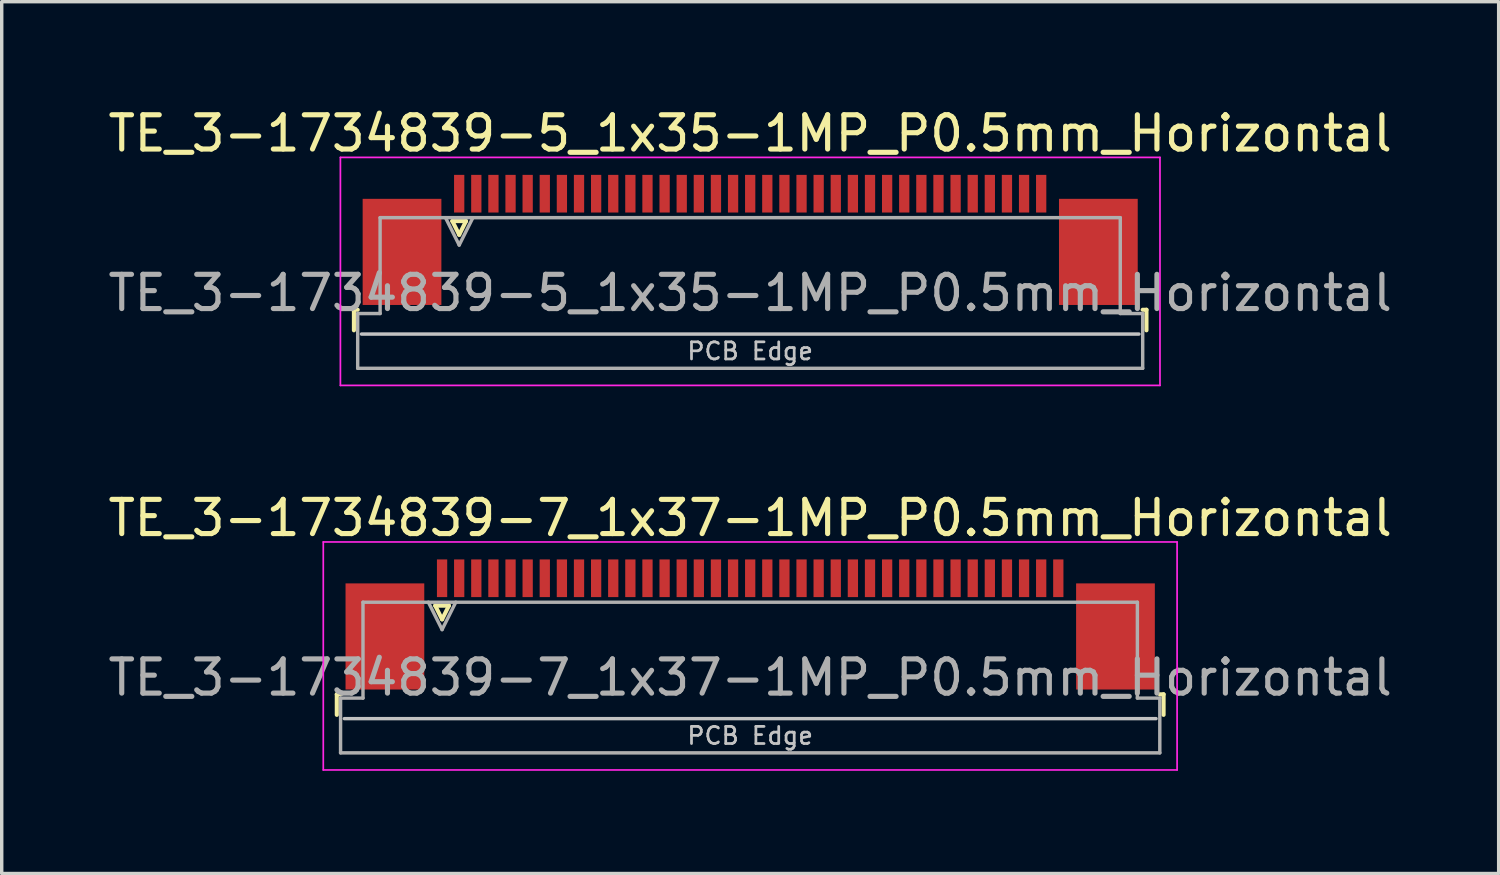
<source format=kicad_pcb>
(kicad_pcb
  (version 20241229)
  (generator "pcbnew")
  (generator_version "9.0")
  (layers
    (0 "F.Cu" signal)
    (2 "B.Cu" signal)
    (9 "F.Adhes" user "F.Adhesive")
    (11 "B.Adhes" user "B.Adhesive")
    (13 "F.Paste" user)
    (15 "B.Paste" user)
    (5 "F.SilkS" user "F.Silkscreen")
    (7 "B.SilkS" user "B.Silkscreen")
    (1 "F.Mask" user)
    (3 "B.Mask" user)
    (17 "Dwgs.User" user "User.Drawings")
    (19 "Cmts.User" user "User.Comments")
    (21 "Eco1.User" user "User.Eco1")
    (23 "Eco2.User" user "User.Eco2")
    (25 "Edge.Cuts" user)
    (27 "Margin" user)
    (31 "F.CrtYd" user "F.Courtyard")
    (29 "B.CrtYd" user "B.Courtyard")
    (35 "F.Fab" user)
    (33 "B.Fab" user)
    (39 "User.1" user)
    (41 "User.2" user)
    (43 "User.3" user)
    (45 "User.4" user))
  (footprint "TE_3-1734839-7_1x37-1MP_P0.5mm_Horizontal"
    (layer "F.Cu")
    (at 18.863 15.191)
    (property "Reference" "TE_3-1734839-7_1x37-1MP_P0.5mm_Horizontal" (at 0 -3.11 0) (layer "F.SilkS") (effects (font (size 1 1) (thickness 0.15))))
    (attr smd)
    (fp_line (start -12.075 2.04) (end -12.075 2.64) (stroke (width 0.12) (type solid)) (layer "F.SilkS"))
    (fp_line (start -11.965 2.04) (end -12.075 2.04) (stroke (width 0.12) (type solid)) (layer "F.SilkS"))
    (fp_line (start -9.2 -0.55) (end -9 -0.15) (stroke (width 0.12) (type solid)) (layer "F.SilkS"))
    (fp_line (start -9 -0.15) (end -8.8 -0.55) (stroke (width 0.12) (type solid)) (layer "F.SilkS"))
    (fp_line (start -8.8 -0.55) (end -9.2 -0.55) (stroke (width 0.12) (type solid)) (layer "F.SilkS"))
    (fp_line (start 11.965 2.04) (end 12.075 2.04) (stroke (width 0.12) (type solid)) (layer "F.SilkS"))
    (fp_line (start 12.075 2.04) (end 12.075 2.64) (stroke (width 0.12) (type solid)) (layer "F.SilkS"))
    (fp_line (start 11.855 2.75) (end -11.855 2.75) (stroke (width 0.1) (type solid)) (layer "Dwgs.User"))
    (fp_line (start -12.47 -2.41) (end -12.47 4.25) (stroke (width 0.05) (type solid)) (layer "F.CrtYd"))
    (fp_line (start -12.47 4.25) (end 12.47 4.25) (stroke (width 0.05) (type solid)) (layer "F.CrtYd"))
    (fp_line (start 12.47 -2.41) (end -12.47 -2.41) (stroke (width 0.05) (type solid)) (layer "F.CrtYd"))
    (fp_line (start 12.47 4.25) (end 12.47 -2.41) (stroke (width 0.05) (type solid)) (layer "F.CrtYd"))
    (fp_line (start -11.965 2.15) (end -11.31 2.15) (stroke (width 0.1) (type solid)) (layer "F.Fab"))
    (fp_line (start -11.965 3.75) (end -11.965 2.15) (stroke (width 0.1) (type solid)) (layer "F.Fab"))
    (fp_line (start -11.31 -0.65) (end 11.31 -0.65) (stroke (width 0.1) (type solid)) (layer "F.Fab"))
    (fp_line (start -11.31 2.15) (end -11.31 -0.65) (stroke (width 0.1) (type solid)) (layer "F.Fab"))
    (fp_line (start -9.4 -0.65) (end -9 0.15) (stroke (width 0.1) (type solid)) (layer "F.Fab"))
    (fp_line (start -9 0.15) (end -8.6 -0.65) (stroke (width 0.1) (type solid)) (layer "F.Fab"))
    (fp_line (start 11.31 -0.65) (end 11.31 2.15) (stroke (width 0.1) (type solid)) (layer "F.Fab"))
    (fp_line (start 11.31 2.15) (end 11.965 2.15) (stroke (width 0.1) (type solid)) (layer "F.Fab"))
    (fp_line (start 11.965 2.15) (end 11.965 3.75) (stroke (width 0.1) (type solid)) (layer "F.Fab"))
    (fp_line (start 11.965 3.75) (end -11.965 3.75) (stroke (width 0.1) (type solid)) (layer "F.Fab"))
    (fp_text user "PCB Edge" (at 0 3.25 0) (layer "Dwgs.User") (effects (font (size 0.5 0.5) (thickness 0.08))))
    (fp_text user "${REFERENCE}" (at 0 1.55 0) (layer "F.Fab") (effects (font (size 1 1) (thickness 0.15))))
    (pad "1" smd rect (at -9 -1.35) (size 0.3 1.1) (layers "F.Cu" "F.Mask" "F.Paste"))
    (pad "2" smd rect (at -8.5 -1.35) (size 0.3 1.1) (layers "F.Cu" "F.Mask" "F.Paste"))
    (pad "3" smd rect (at -8 -1.35) (size 0.3 1.1) (layers "F.Cu" "F.Mask" "F.Paste"))
    (pad "4" smd rect (at -7.5 -1.35) (size 0.3 1.1) (layers "F.Cu" "F.Mask" "F.Paste"))
    (pad "5" smd rect (at -7 -1.35) (size 0.3 1.1) (layers "F.Cu" "F.Mask" "F.Paste"))
    (pad "6" smd rect (at -6.5 -1.35) (size 0.3 1.1) (layers "F.Cu" "F.Mask" "F.Paste"))
    (pad "7" smd rect (at -6 -1.35) (size 0.3 1.1) (layers "F.Cu" "F.Mask" "F.Paste"))
    (pad "8" smd rect (at -5.5 -1.35) (size 0.3 1.1) (layers "F.Cu" "F.Mask" "F.Paste"))
    (pad "9" smd rect (at -5 -1.35) (size 0.3 1.1) (layers "F.Cu" "F.Mask" "F.Paste"))
    (pad "10" smd rect (at -4.5 -1.35) (size 0.3 1.1) (layers "F.Cu" "F.Mask" "F.Paste"))
    (pad "11" smd rect (at -4 -1.35) (size 0.3 1.1) (layers "F.Cu" "F.Mask" "F.Paste"))
    (pad "12" smd rect (at -3.5 -1.35) (size 0.3 1.1) (layers "F.Cu" "F.Mask" "F.Paste"))
    (pad "13" smd rect (at -3 -1.35) (size 0.3 1.1) (layers "F.Cu" "F.Mask" "F.Paste"))
    (pad "14" smd rect (at -2.5 -1.35) (size 0.3 1.1) (layers "F.Cu" "F.Mask" "F.Paste"))
    (pad "15" smd rect (at -2 -1.35) (size 0.3 1.1) (layers "F.Cu" "F.Mask" "F.Paste"))
    (pad "16" smd rect (at -1.5 -1.35) (size 0.3 1.1) (layers "F.Cu" "F.Mask" "F.Paste"))
    (pad "17" smd rect (at -1 -1.35) (size 0.3 1.1) (layers "F.Cu" "F.Mask" "F.Paste"))
    (pad "18" smd rect (at -0.5 -1.35) (size 0.3 1.1) (layers "F.Cu" "F.Mask" "F.Paste"))
    (pad "19" smd rect (at 0 -1.35) (size 0.3 1.1) (layers "F.Cu" "F.Mask" "F.Paste"))
    (pad "20" smd rect (at 0.5 -1.35) (size 0.3 1.1) (layers "F.Cu" "F.Mask" "F.Paste"))
    (pad "21" smd rect (at 1 -1.35) (size 0.3 1.1) (layers "F.Cu" "F.Mask" "F.Paste"))
    (pad "22" smd rect (at 1.5 -1.35) (size 0.3 1.1) (layers "F.Cu" "F.Mask" "F.Paste"))
    (pad "23" smd rect (at 2 -1.35) (size 0.3 1.1) (layers "F.Cu" "F.Mask" "F.Paste"))
    (pad "24" smd rect (at 2.5 -1.35) (size 0.3 1.1) (layers "F.Cu" "F.Mask" "F.Paste"))
    (pad "25" smd rect (at 3 -1.35) (size 0.3 1.1) (layers "F.Cu" "F.Mask" "F.Paste"))
    (pad "26" smd rect (at 3.5 -1.35) (size 0.3 1.1) (layers "F.Cu" "F.Mask" "F.Paste"))
    (pad "27" smd rect (at 4 -1.35) (size 0.3 1.1) (layers "F.Cu" "F.Mask" "F.Paste"))
    (pad "28" smd rect (at 4.5 -1.35) (size 0.3 1.1) (layers "F.Cu" "F.Mask" "F.Paste"))
    (pad "29" smd rect (at 5 -1.35) (size 0.3 1.1) (layers "F.Cu" "F.Mask" "F.Paste"))
    (pad "30" smd rect (at 5.5 -1.35) (size 0.3 1.1) (layers "F.Cu" "F.Mask" "F.Paste"))
    (pad "31" smd rect (at 6 -1.35) (size 0.3 1.1) (layers "F.Cu" "F.Mask" "F.Paste"))
    (pad "32" smd rect (at 6.5 -1.35) (size 0.3 1.1) (layers "F.Cu" "F.Mask" "F.Paste"))
    (pad "33" smd rect (at 7 -1.35) (size 0.3 1.1) (layers "F.Cu" "F.Mask" "F.Paste"))
    (pad "34" smd rect (at 7.5 -1.35) (size 0.3 1.1) (layers "F.Cu" "F.Mask" "F.Paste"))
    (pad "35" smd rect (at 8 -1.35) (size 0.3 1.1) (layers "F.Cu" "F.Mask" "F.Paste"))
    (pad "36" smd rect (at 8.5 -1.35) (size 0.3 1.1) (layers "F.Cu" "F.Mask" "F.Paste"))
    (pad "37" smd rect (at 9 -1.35) (size 0.3 1.1) (layers "F.Cu" "F.Mask" "F.Paste"))
    (pad "MP" smd rect (at -10.67 0.35) (size 2.3 3.1) (layers "F.Cu" "F.Mask" "F.Paste"))
    (pad "MP" smd rect (at 10.67 0.35) (size 2.3 3.1) (layers "F.Cu" "F.Mask" "F.Paste")))
  (footprint "TE_3-1734839-5_1x35-1MP_P0.5mm_Horizontal"
    (layer "F.Cu")
    (at 18.863 3.958)
    (property "Reference" "TE_3-1734839-5_1x35-1MP_P0.5mm_Horizontal" (at 0 -3.11 0) (layer "F.SilkS") (effects (font (size 1 1) (thickness 0.15))))
    (attr smd)
    (fp_line (start -11.575 2.04) (end -11.575 2.64) (stroke (width 0.12) (type solid)) (layer "F.SilkS"))
    (fp_line (start -11.465 2.04) (end -11.575 2.04) (stroke (width 0.12) (type solid)) (layer "F.SilkS"))
    (fp_line (start -8.7 -0.55) (end -8.5 -0.15) (stroke (width 0.12) (type solid)) (layer "F.SilkS"))
    (fp_line (start -8.5 -0.15) (end -8.3 -0.55) (stroke (width 0.12) (type solid)) (layer "F.SilkS"))
    (fp_line (start -8.3 -0.55) (end -8.7 -0.55) (stroke (width 0.12) (type solid)) (layer "F.SilkS"))
    (fp_line (start 11.465 2.04) (end 11.575 2.04) (stroke (width 0.12) (type solid)) (layer "F.SilkS"))
    (fp_line (start 11.575 2.04) (end 11.575 2.64) (stroke (width 0.12) (type solid)) (layer "F.SilkS"))
    (fp_line (start 11.355 2.75) (end -11.355 2.75) (stroke (width 0.1) (type solid)) (layer "Dwgs.User"))
    (fp_line (start -11.97 -2.41) (end -11.97 4.25) (stroke (width 0.05) (type solid)) (layer "F.CrtYd"))
    (fp_line (start -11.97 4.25) (end 11.97 4.25) (stroke (width 0.05) (type solid)) (layer "F.CrtYd"))
    (fp_line (start 11.97 -2.41) (end -11.97 -2.41) (stroke (width 0.05) (type solid)) (layer "F.CrtYd"))
    (fp_line (start 11.97 4.25) (end 11.97 -2.41) (stroke (width 0.05) (type solid)) (layer "F.CrtYd"))
    (fp_line (start -11.465 2.15) (end -10.81 2.15) (stroke (width 0.1) (type solid)) (layer "F.Fab"))
    (fp_line (start -11.465 3.75) (end -11.465 2.15) (stroke (width 0.1) (type solid)) (layer "F.Fab"))
    (fp_line (start -10.81 -0.65) (end 10.81 -0.65) (stroke (width 0.1) (type solid)) (layer "F.Fab"))
    (fp_line (start -10.81 2.15) (end -10.81 -0.65) (stroke (width 0.1) (type solid)) (layer "F.Fab"))
    (fp_line (start -8.9 -0.65) (end -8.5 0.15) (stroke (width 0.1) (type solid)) (layer "F.Fab"))
    (fp_line (start -8.5 0.15) (end -8.1 -0.65) (stroke (width 0.1) (type solid)) (layer "F.Fab"))
    (fp_line (start 10.81 -0.65) (end 10.81 2.15) (stroke (width 0.1) (type solid)) (layer "F.Fab"))
    (fp_line (start 10.81 2.15) (end 11.465 2.15) (stroke (width 0.1) (type solid)) (layer "F.Fab"))
    (fp_line (start 11.465 2.15) (end 11.465 3.75) (stroke (width 0.1) (type solid)) (layer "F.Fab"))
    (fp_line (start 11.465 3.75) (end -11.465 3.75) (stroke (width 0.1) (type solid)) (layer "F.Fab"))
    (fp_text user "PCB Edge" (at 0 3.25 0) (layer "Dwgs.User") (effects (font (size 0.5 0.5) (thickness 0.08))))
    (fp_text user "${REFERENCE}" (at 0 1.55 0) (layer "F.Fab") (effects (font (size 1 1) (thickness 0.15))))
    (pad "1" smd rect (at -8.5 -1.35) (size 0.3 1.1) (layers "F.Cu" "F.Mask" "F.Paste"))
    (pad "2" smd rect (at -8 -1.35) (size 0.3 1.1) (layers "F.Cu" "F.Mask" "F.Paste"))
    (pad "3" smd rect (at -7.5 -1.35) (size 0.3 1.1) (layers "F.Cu" "F.Mask" "F.Paste"))
    (pad "4" smd rect (at -7 -1.35) (size 0.3 1.1) (layers "F.Cu" "F.Mask" "F.Paste"))
    (pad "5" smd rect (at -6.5 -1.35) (size 0.3 1.1) (layers "F.Cu" "F.Mask" "F.Paste"))
    (pad "6" smd rect (at -6 -1.35) (size 0.3 1.1) (layers "F.Cu" "F.Mask" "F.Paste"))
    (pad "7" smd rect (at -5.5 -1.35) (size 0.3 1.1) (layers "F.Cu" "F.Mask" "F.Paste"))
    (pad "8" smd rect (at -5 -1.35) (size 0.3 1.1) (layers "F.Cu" "F.Mask" "F.Paste"))
    (pad "9" smd rect (at -4.5 -1.35) (size 0.3 1.1) (layers "F.Cu" "F.Mask" "F.Paste"))
    (pad "10" smd rect (at -4 -1.35) (size 0.3 1.1) (layers "F.Cu" "F.Mask" "F.Paste"))
    (pad "11" smd rect (at -3.5 -1.35) (size 0.3 1.1) (layers "F.Cu" "F.Mask" "F.Paste"))
    (pad "12" smd rect (at -3 -1.35) (size 0.3 1.1) (layers "F.Cu" "F.Mask" "F.Paste"))
    (pad "13" smd rect (at -2.5 -1.35) (size 0.3 1.1) (layers "F.Cu" "F.Mask" "F.Paste"))
    (pad "14" smd rect (at -2 -1.35) (size 0.3 1.1) (layers "F.Cu" "F.Mask" "F.Paste"))
    (pad "15" smd rect (at -1.5 -1.35) (size 0.3 1.1) (layers "F.Cu" "F.Mask" "F.Paste"))
    (pad "16" smd rect (at -1 -1.35) (size 0.3 1.1) (layers "F.Cu" "F.Mask" "F.Paste"))
    (pad "17" smd rect (at -0.5 -1.35) (size 0.3 1.1) (layers "F.Cu" "F.Mask" "F.Paste"))
    (pad "18" smd rect (at 0 -1.35) (size 0.3 1.1) (layers "F.Cu" "F.Mask" "F.Paste"))
    (pad "19" smd rect (at 0.5 -1.35) (size 0.3 1.1) (layers "F.Cu" "F.Mask" "F.Paste"))
    (pad "20" smd rect (at 1 -1.35) (size 0.3 1.1) (layers "F.Cu" "F.Mask" "F.Paste"))
    (pad "21" smd rect (at 1.5 -1.35) (size 0.3 1.1) (layers "F.Cu" "F.Mask" "F.Paste"))
    (pad "22" smd rect (at 2 -1.35) (size 0.3 1.1) (layers "F.Cu" "F.Mask" "F.Paste"))
    (pad "23" smd rect (at 2.5 -1.35) (size 0.3 1.1) (layers "F.Cu" "F.Mask" "F.Paste"))
    (pad "24" smd rect (at 3 -1.35) (size 0.3 1.1) (layers "F.Cu" "F.Mask" "F.Paste"))
    (pad "25" smd rect (at 3.5 -1.35) (size 0.3 1.1) (layers "F.Cu" "F.Mask" "F.Paste"))
    (pad "26" smd rect (at 4 -1.35) (size 0.3 1.1) (layers "F.Cu" "F.Mask" "F.Paste"))
    (pad "27" smd rect (at 4.5 -1.35) (size 0.3 1.1) (layers "F.Cu" "F.Mask" "F.Paste"))
    (pad "28" smd rect (at 5 -1.35) (size 0.3 1.1) (layers "F.Cu" "F.Mask" "F.Paste"))
    (pad "29" smd rect (at 5.5 -1.35) (size 0.3 1.1) (layers "F.Cu" "F.Mask" "F.Paste"))
    (pad "30" smd rect (at 6 -1.35) (size 0.3 1.1) (layers "F.Cu" "F.Mask" "F.Paste"))
    (pad "31" smd rect (at 6.5 -1.35) (size 0.3 1.1) (layers "F.Cu" "F.Mask" "F.Paste"))
    (pad "32" smd rect (at 7 -1.35) (size 0.3 1.1) (layers "F.Cu" "F.Mask" "F.Paste"))
    (pad "33" smd rect (at 7.5 -1.35) (size 0.3 1.1) (layers "F.Cu" "F.Mask" "F.Paste"))
    (pad "34" smd rect (at 8 -1.35) (size 0.3 1.1) (layers "F.Cu" "F.Mask" "F.Paste"))
    (pad "35" smd rect (at 8.5 -1.35) (size 0.3 1.1) (layers "F.Cu" "F.Mask" "F.Paste"))
    (pad "MP" smd rect (at -10.17 0.35) (size 2.3 3.1) (layers "F.Cu" "F.Mask" "F.Paste"))
    (pad "MP" smd rect (at 10.17 0.35) (size 2.3 3.1) (layers "F.Cu" "F.Mask" "F.Paste")))
  (gr_rect
    (start -3 -3)
    (end 40.726 22.466)
    (stroke (width 0.1) (type default))
    (fill no)
    (layer "Edge.Cuts")))
</source>
